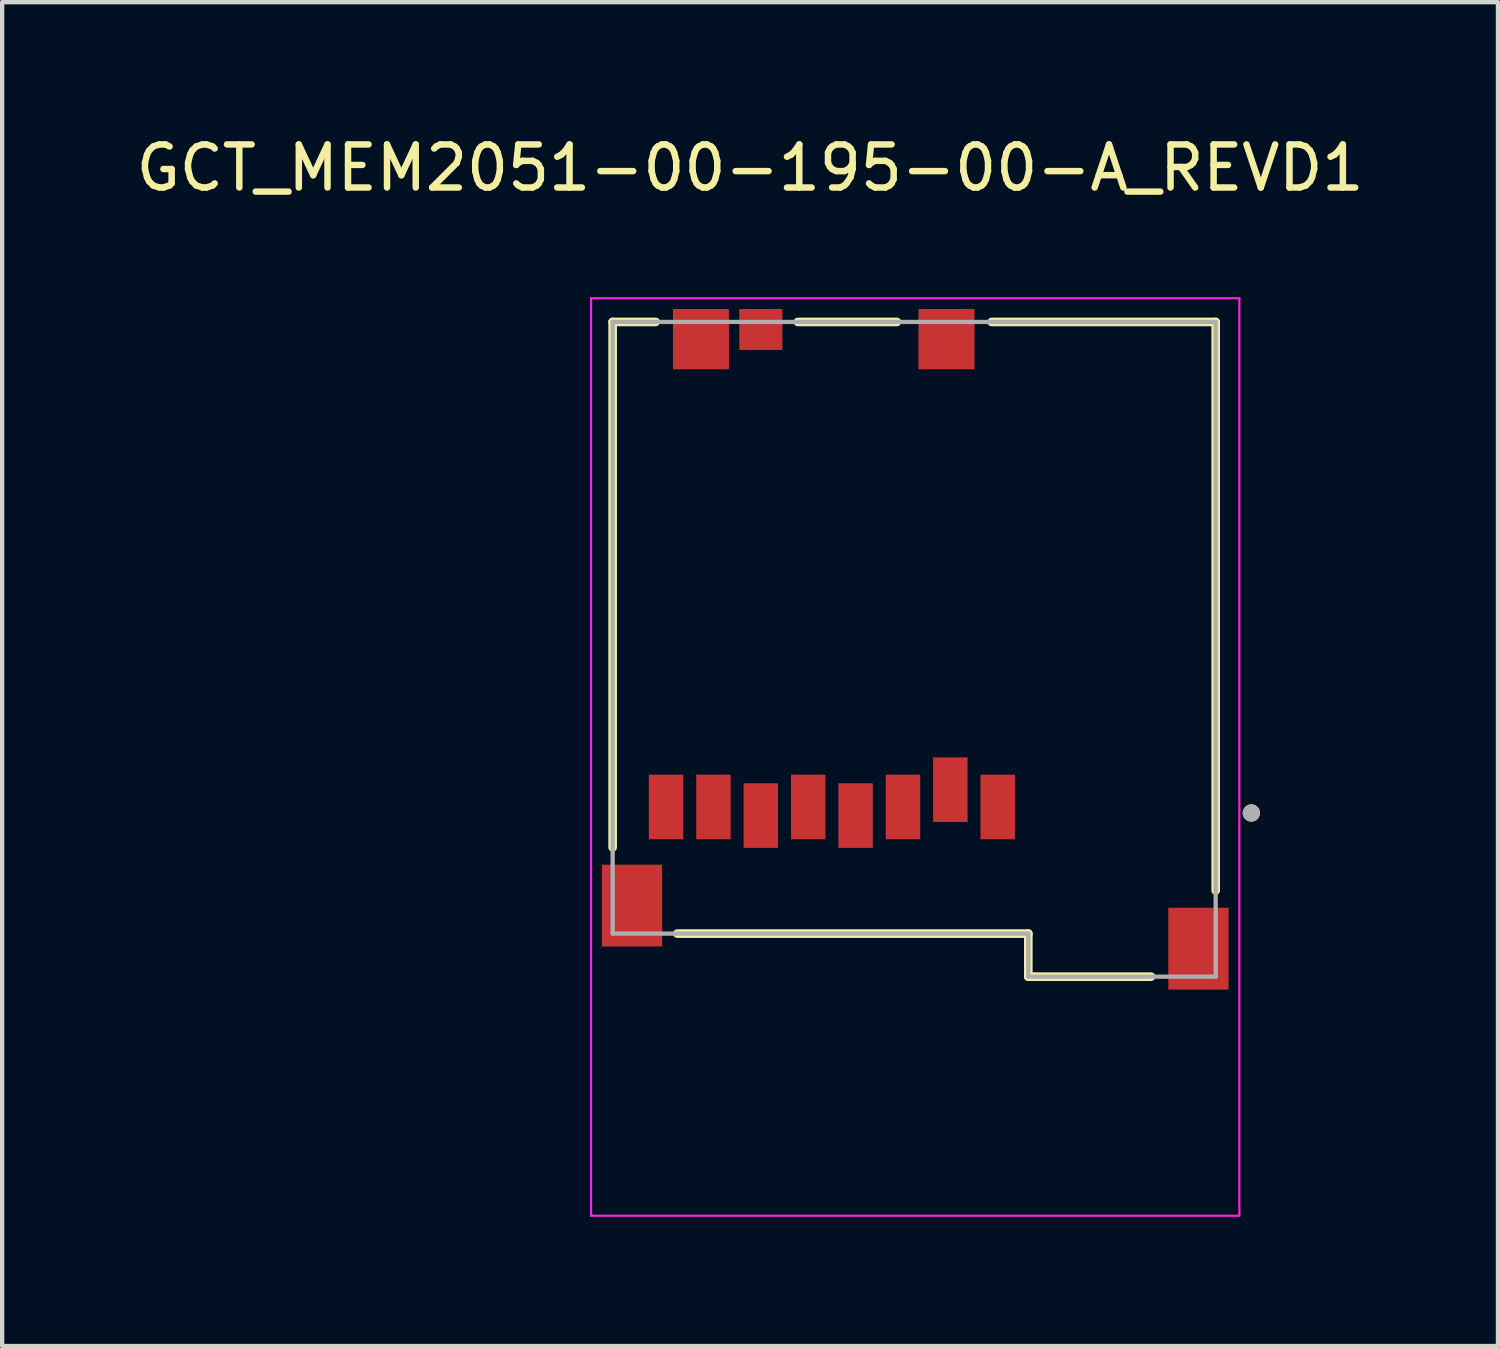
<source format=kicad_pcb>
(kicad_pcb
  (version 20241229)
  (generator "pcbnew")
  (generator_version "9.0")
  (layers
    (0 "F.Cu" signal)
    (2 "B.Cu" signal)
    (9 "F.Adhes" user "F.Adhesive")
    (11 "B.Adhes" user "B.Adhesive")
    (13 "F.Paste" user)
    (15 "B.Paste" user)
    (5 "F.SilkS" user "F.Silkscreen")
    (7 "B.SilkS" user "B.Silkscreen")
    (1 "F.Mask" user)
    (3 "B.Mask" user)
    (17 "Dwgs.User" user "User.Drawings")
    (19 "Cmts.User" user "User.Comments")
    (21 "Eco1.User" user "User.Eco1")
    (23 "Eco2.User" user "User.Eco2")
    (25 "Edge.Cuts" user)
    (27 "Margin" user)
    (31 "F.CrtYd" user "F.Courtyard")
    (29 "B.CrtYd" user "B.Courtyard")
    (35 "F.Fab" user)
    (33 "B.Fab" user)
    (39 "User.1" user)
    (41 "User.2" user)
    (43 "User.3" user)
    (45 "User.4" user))
  (footprint "GCT_MEM2051-00-195-00-A_REVD1"
    (layer "F.Cu")
    (at 18.173 12.024)
    (property "Reference" "GCT_MEM2051-00-195-00-A_REVD1" (at -3.81 -11.176 0) (layer "F.SilkS") (effects (font (size 1 1) (thickness 0.15))))
    (attr smd)
    (fp_line (start -7 -7.6) (end -6 -7.6) (stroke (width 0.2) (type solid)) (layer "F.SilkS"))
    (fp_line (start -7 4.6) (end -7 -7.6) (stroke (width 0.2) (type solid)) (layer "F.SilkS"))
    (fp_line (start -5.5 6.6) (end 2.65 6.6) (stroke (width 0.2) (type solid)) (layer "F.SilkS"))
    (fp_line (start -2.7 -7.6) (end -0.4 -7.6) (stroke (width 0.2) (type solid)) (layer "F.SilkS"))
    (fp_line (start 1.8 -7.6) (end 7 -7.6) (stroke (width 0.2) (type solid)) (layer "F.SilkS"))
    (fp_line (start 2.65 7.6) (end 2.65 6.6) (stroke (width 0.2) (type solid)) (layer "F.SilkS"))
    (fp_line (start 2.65 7.6) (end 5.5 7.6) (stroke (width 0.2) (type solid)) (layer "F.SilkS"))
    (fp_line (start 7 5.6) (end 7 -7.6) (stroke (width 0.2) (type solid)) (layer "F.SilkS"))
    (fp_circle (center 7.827 3.8) (end 7.927 3.8) (stroke (width 0.2) (type solid)) (fill no) (layer "F.SilkS"))
    (fp_line (start -7.5 -8.15) (end 7.55 -8.15) (stroke (width 0.05) (type solid)) (layer "F.CrtYd"))
    (fp_line (start -7.5 13.15) (end -7.5 -8.15) (stroke (width 0.05) (type solid)) (layer "F.CrtYd"))
    (fp_line (start -7.5 13.15) (end 7.55 13.15) (stroke (width 0.05) (type solid)) (layer "F.CrtYd"))
    (fp_line (start 7.55 13.15) (end 7.55 -8.15) (stroke (width 0.05) (type solid)) (layer "F.CrtYd"))
    (fp_line (start -7 -7.6) (end 7 -7.6) (stroke (width 0.1) (type solid)) (layer "F.Fab"))
    (fp_line (start -7 6.6) (end -7 -7.6) (stroke (width 0.1) (type solid)) (layer "F.Fab"))
    (fp_line (start -7 6.6) (end 2.65 6.6) (stroke (width 0.1) (type solid)) (layer "F.Fab"))
    (fp_line (start 2.65 7.6) (end 2.65 6.6) (stroke (width 0.1) (type solid)) (layer "F.Fab"))
    (fp_line (start 2.65 7.6) (end 7 7.6) (stroke (width 0.1) (type solid)) (layer "F.Fab"))
    (fp_line (start 7 7.6) (end 7 -7.6) (stroke (width 0.1) (type solid)) (layer "F.Fab"))
    (fp_circle (center 7.827 3.8) (end 7.927 3.8) (stroke (width 0.2) (type solid)) (fill no) (layer "F.Fab"))
    (pad "CD" smd rect (at -3.56 -7.425) (size 1 0.95) (layers "F.Cu" "F.Mask" "F.Paste"))
    (pad "P1" smd rect (at 1.94 3.66) (size 0.8 1.5) (layers "F.Cu" "F.Mask" "F.Paste"))
    (pad "P2" smd rect (at 0.84 3.26) (size 0.8 1.5) (layers "F.Cu" "F.Mask" "F.Paste"))
    (pad "P3" smd rect (at -0.26 3.66) (size 0.8 1.5) (layers "F.Cu" "F.Mask" "F.Paste"))
    (pad "P4" smd rect (at -1.36 3.86) (size 0.8 1.5) (layers "F.Cu" "F.Mask" "F.Paste"))
    (pad "P5" smd rect (at -2.46 3.66) (size 0.8 1.5) (layers "F.Cu" "F.Mask" "F.Paste"))
    (pad "P6" smd rect (at -3.56 3.86) (size 0.8 1.5) (layers "F.Cu" "F.Mask" "F.Paste"))
    (pad "P7" smd rect (at -4.66 3.66) (size 0.8 1.5) (layers "F.Cu" "F.Mask" "F.Paste"))
    (pad "P8" smd rect (at -5.76 3.66) (size 0.8 1.5) (layers "F.Cu" "F.Mask" "F.Paste"))
    (pad "S1" smd rect (at -4.95 -7.2) (size 1.3 1.4) (layers "F.Cu" "F.Mask" "F.Paste"))
    (pad "S2" smd rect (at 0.75 -7.2) (size 1.3 1.4) (layers "F.Cu" "F.Mask" "F.Paste"))
    (pad "S3" smd rect (at 6.6 6.95) (size 1.4 1.9) (layers "F.Cu" "F.Mask" "F.Paste"))
    (pad "S4" smd rect (at -6.55 5.95) (size 1.4 1.9) (layers "F.Cu" "F.Mask" "F.Paste"))
    (zone (net_name "") (layer "F.Cu") (hatch full 0.508) (connect_pads) (min_thickness 0.01) (filled_areas_thickness no) (keepout (tracks not_allowed) (vias not_allowed) (pads not_allowed) (copperpour not_allowed) (footprints allowed)) (placement (enabled no)) (fill) (polygon (pts (xy 11.923 10.654) (xy 20.623 10.654) (xy 20.623 8.354) (xy 15.663 8.354) (xy 15.663 6.284) (xy 13.563 6.284) (xy 13.563 8.354) (xy 11.923 8.354))))
    (zone (net_name "") (layers "F.Cu" "B.Cu") (hatch full 0.508) (connect_pads) (min_thickness 0.01) (filled_areas_thickness no) (keepout (tracks allowed) (vias not_allowed) (pads allowed) (copperpour allowed) (footprints allowed)) (placement (enabled no)) (fill) (polygon (pts (xy 11.923 10.654) (xy 20.623 10.654) (xy 20.623 8.354) (xy 15.663 8.354) (xy 15.663 6.284) (xy 13.563 6.284) (xy 13.563 8.354) (xy 11.923 8.354)))))
  (gr_rect
    (start -3 -3)
    (end 31.726 28.199)
    (stroke (width 0.1) (type default))
    (fill no)
    (layer "Edge.Cuts")))
</source>
